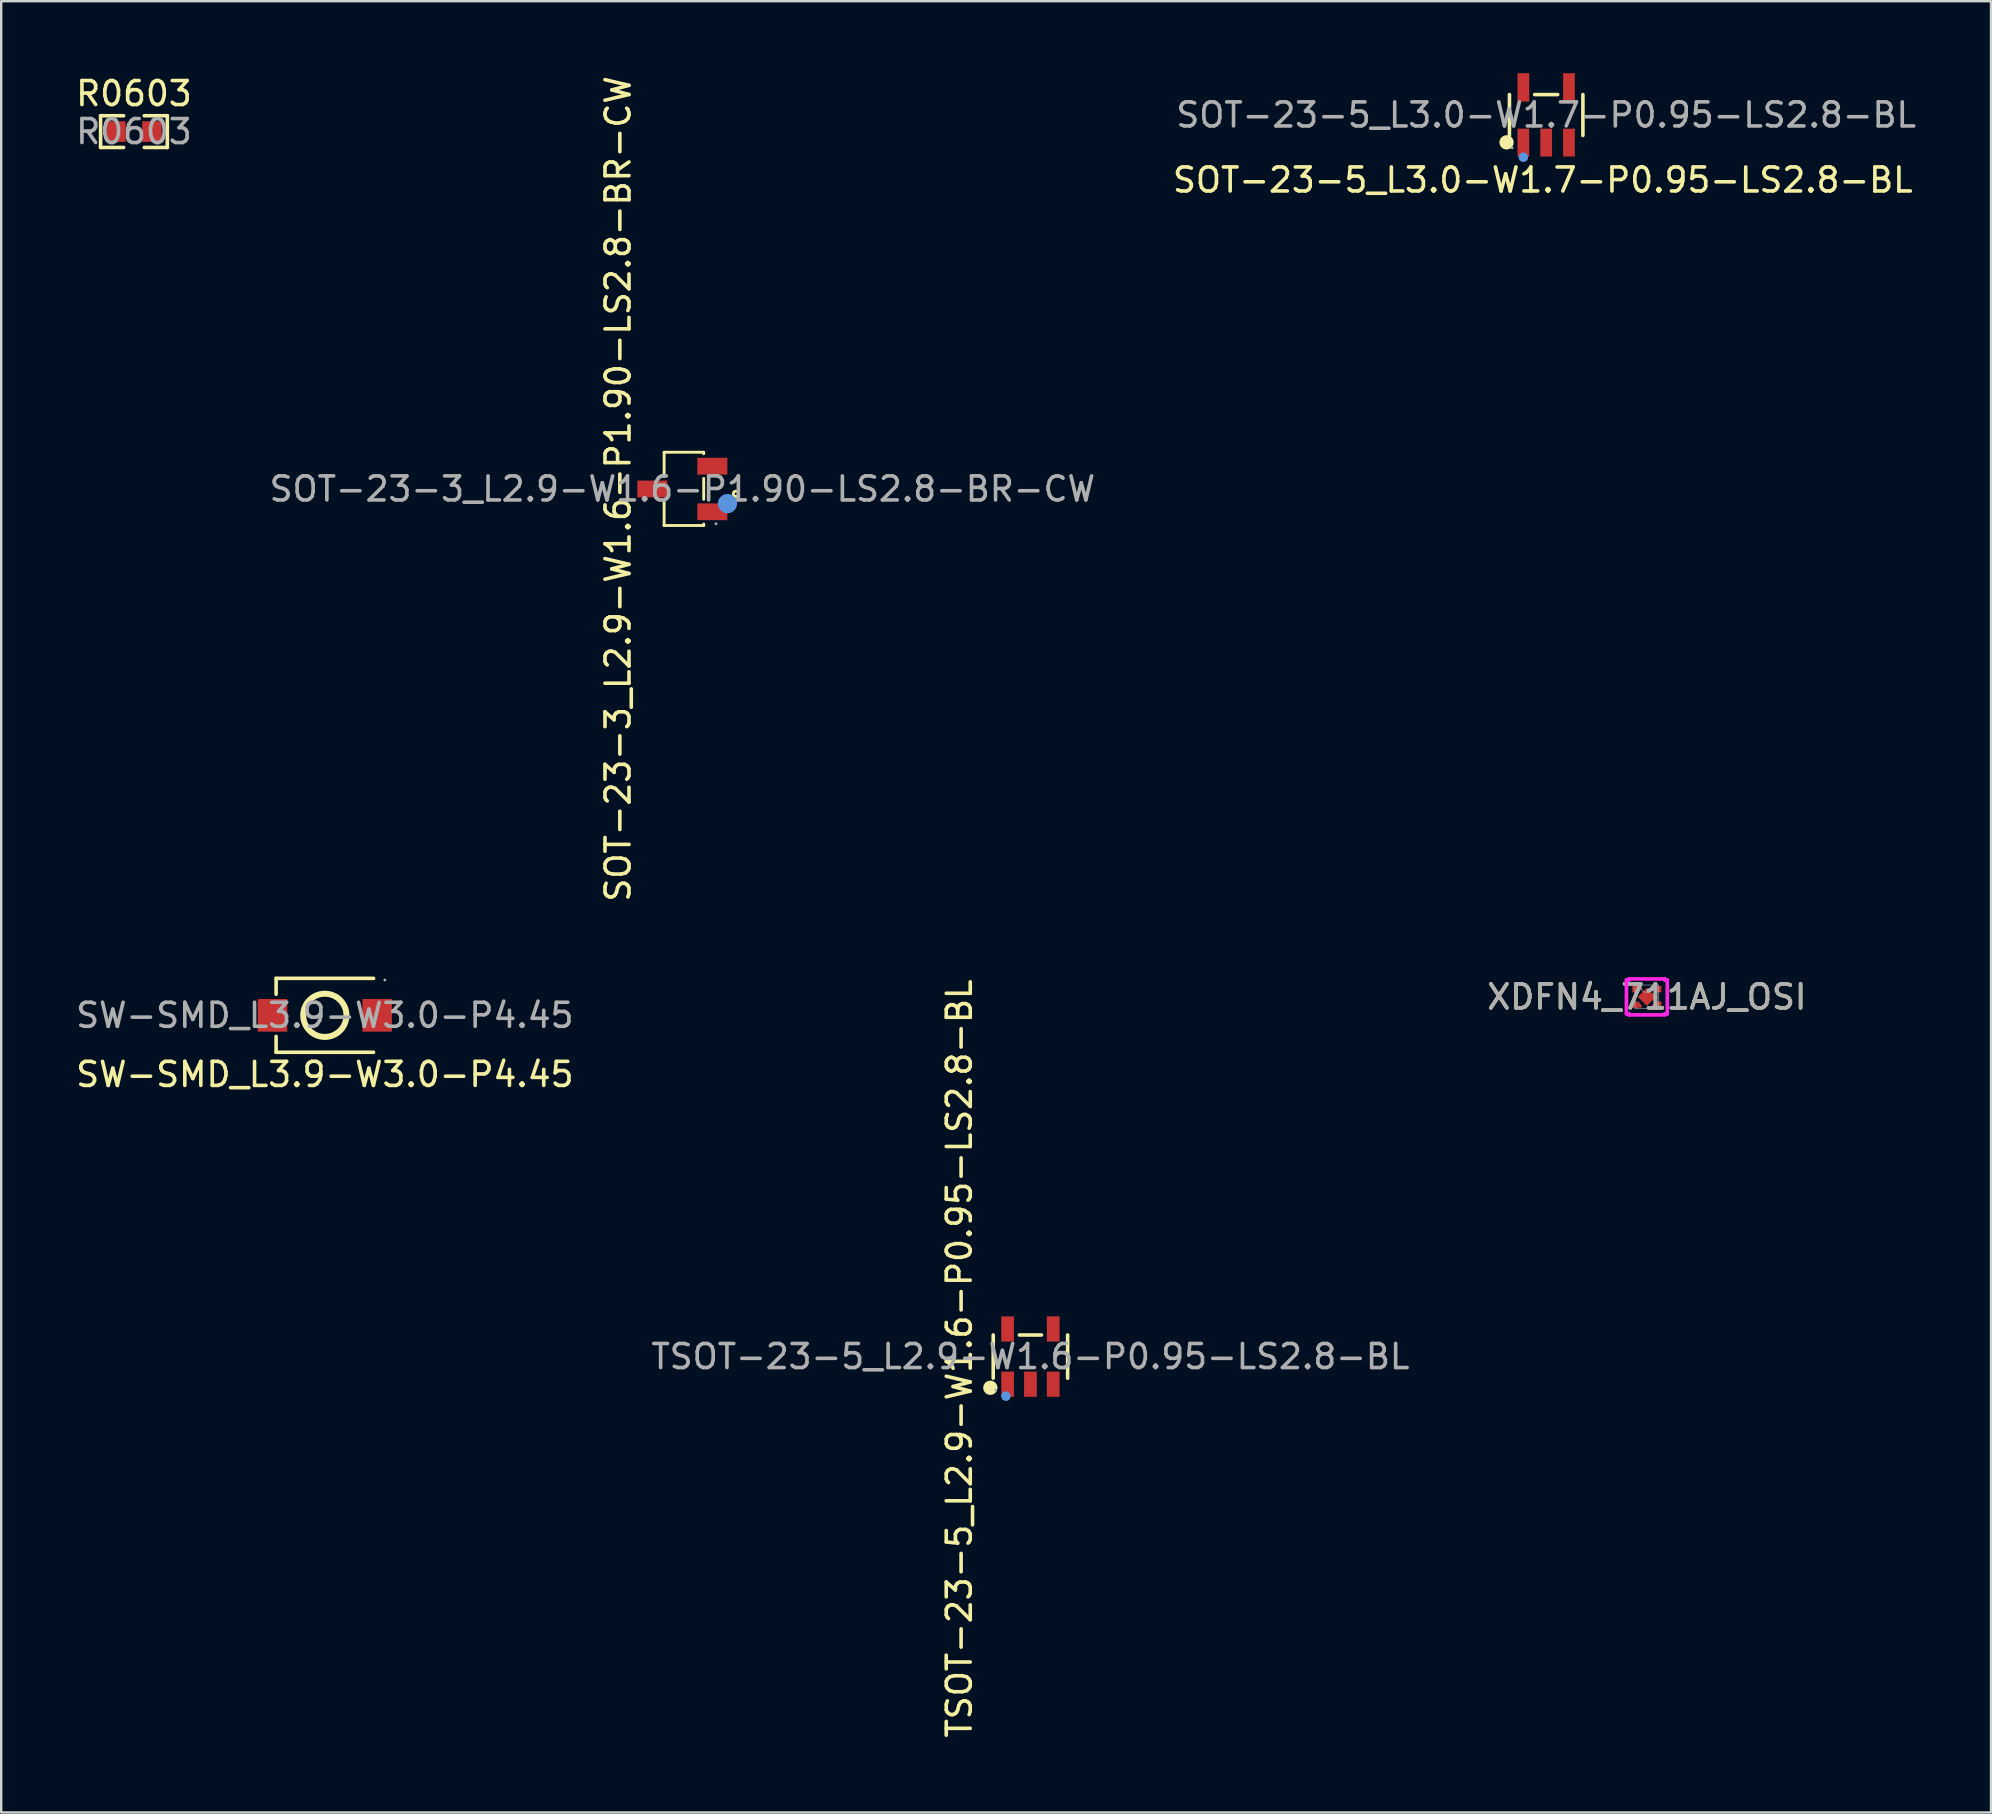
<source format=kicad_pcb>
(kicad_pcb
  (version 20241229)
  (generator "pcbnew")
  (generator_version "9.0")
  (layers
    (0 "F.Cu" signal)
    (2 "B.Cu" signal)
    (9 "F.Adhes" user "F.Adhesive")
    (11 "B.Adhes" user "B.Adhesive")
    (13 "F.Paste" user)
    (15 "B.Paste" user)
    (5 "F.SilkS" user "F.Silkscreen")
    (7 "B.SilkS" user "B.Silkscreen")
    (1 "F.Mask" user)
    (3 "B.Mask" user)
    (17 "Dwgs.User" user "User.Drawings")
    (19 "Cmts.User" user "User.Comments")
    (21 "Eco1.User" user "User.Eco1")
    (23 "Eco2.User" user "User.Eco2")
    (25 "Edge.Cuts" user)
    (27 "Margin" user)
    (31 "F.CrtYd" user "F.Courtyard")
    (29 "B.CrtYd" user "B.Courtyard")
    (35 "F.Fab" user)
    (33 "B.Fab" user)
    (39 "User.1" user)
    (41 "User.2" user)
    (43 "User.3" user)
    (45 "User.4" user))
  (footprint "SW-SMD_L3.9-W3.0-P4.45"
    (layer "F.Cu")
    (at 10.482 39.246)
    (property "Reference" "SW-SMD_L3.9-W3.0-P4.45" (at 0 2.463 180) (layer "F.SilkS") (effects (font (size 1 1) (thickness 0.15))))
    (attr smd)
    (fp_line (start -2.03 -1.54) (end -2.03 -0.88) (stroke (width 0.15) (type solid)) (layer "F.SilkS"))
    (fp_line (start -2.03 1.54) (end -2.03 0.88) (stroke (width 0.15) (type solid)) (layer "F.SilkS"))
    (fp_line (start 2.03 -1.54) (end -2.03 -1.54) (stroke (width 0.15) (type solid)) (layer "F.SilkS"))
    (fp_line (start 2.03 1.54) (end -2.03 1.54) (stroke (width 0.15) (type solid)) (layer "F.SilkS"))
    (fp_circle (center 0 0) (end 0.9 0) (stroke (width 0.25) (type solid)) (fill no) (layer "F.SilkS"))
    (fp_circle (center 2.5 -1.47) (end 2.53 -1.47) (stroke (width 0.06) (type solid)) (fill no) (layer "F.Fab"))
    (fp_text user "${REFERENCE}" (at 0 0 180) (layer "F.Fab") (effects (font (size 1 1) (thickness 0.15))))
    (pad "1" smd rect (at -2.18 0) (size 1.23 1.36) (layers "F.Cu" "F.Mask" "F.Paste"))
    (pad "2" smd rect (at 2.18 0) (size 1.23 1.36) (layers "F.Cu" "F.Mask" "F.Paste")))
  (footprint "R0603"
    (layer "F.Cu")
    (at 2.53 2.432)
    (property "Reference" "R0603" (at 0 -1.583 0) (layer "F.SilkS") (effects (font (size 1 1) (thickness 0.15))))
    (attr smd)
    (fp_line (start -1.39 -0.66) (end -0.43 -0.66) (stroke (width 0.15) (type solid)) (layer "F.SilkS"))
    (fp_line (start -1.39 0.66) (end -1.39 -0.66) (stroke (width 0.15) (type solid)) (layer "F.SilkS"))
    (fp_line (start -0.43 0.66) (end -1.39 0.66) (stroke (width 0.15) (type solid)) (layer "F.SilkS"))
    (fp_line (start 0.43 0.66) (end 1.39 0.66) (stroke (width 0.15) (type solid)) (layer "F.SilkS"))
    (fp_line (start 1.39 -0.66) (end 0.43 -0.66) (stroke (width 0.15) (type solid)) (layer "F.SilkS"))
    (fp_line (start 1.39 0.66) (end 1.39 -0.66) (stroke (width 0.15) (type solid)) (layer "F.SilkS"))
    (fp_circle (center -0.8 0.4) (end -0.77 0.4) (stroke (width 0.06) (type solid)) (fill no) (layer "F.Fab"))
    (fp_text user "${REFERENCE}" (at 0 0 0) (layer "F.Fab") (effects (font (size 1 1) (thickness 0.15))))
    (pad "1" smd rect (at -0.75 0) (size 0.81 0.86) (layers "F.Cu" "F.Mask" "F.Paste"))
    (pad "2" smd rect (at 0.75 0) (size 0.81 0.86) (layers "F.Cu" "F.Mask" "F.Paste")))
  (footprint "SOT-23-3_L2.9-W1.6-P1.90-LS2.8-BR-CW"
    (layer "F.Cu")
    (at 25.375 17.32)
    (property "Reference" "SOT-23-3_L2.9-W1.6-P1.90-LS2.8-BR-CW" (at -2.678 -0.005 90) (layer "F.SilkS") (effects (font (size 1 1) (thickness 0.15))))
    (attr smd)
    (fp_line (start -0.76 -1.53) (end 0.89 -1.53) (stroke (width 0.12) (type solid)) (layer "F.SilkS"))
    (fp_line (start -0.76 -0.52) (end -0.76 -1.53) (stroke (width 0.12) (type solid)) (layer "F.SilkS"))
    (fp_line (start -0.76 1.52) (end -0.76 0.51) (stroke (width 0.12) (type solid)) (layer "F.SilkS"))
    (fp_line (start 0.89 -1.53) (end 0.89 -1.47) (stroke (width 0.12) (type solid)) (layer "F.SilkS"))
    (fp_line (start 0.89 -0.44) (end 0.89 0.43) (stroke (width 0.12) (type solid)) (layer "F.SilkS"))
    (fp_line (start 0.89 1.46) (end 0.89 1.52) (stroke (width 0.12) (type solid)) (layer "F.SilkS"))
    (fp_line (start 0.89 1.52) (end -0.76 1.52) (stroke (width 0.12) (type solid)) (layer "F.SilkS"))
    (fp_circle (center 2.23 0.2) (end 2.28 0.2) (stroke (width 0.12) (type solid)) (fill no) (layer "F.SilkS"))
    (fp_circle (center 1.88 0.61) (end 2.08 0.61) (stroke (width 0.4) (type solid)) (fill no) (layer "Cmts.User"))
    (fp_circle (center 1.4 1.45) (end 1.43 1.45) (stroke (width 0.06) (type solid)) (fill no) (layer "F.Fab"))
    (fp_text user "${REFERENCE}" (at 0 0 180) (layer "F.Fab") (effects (font (size 1 1) (thickness 0.15))))
    (pad "1" smd rect (at 1.25 0.95 270) (size 0.7 1.25) (layers "F.Cu" "F.Mask" "F.Paste"))
    (pad "2" smd rect (at -1.25 0 270) (size 0.7 1.25) (layers "F.Cu" "F.Mask" "F.Paste"))
    (pad "3" smd rect (at 1.25 -0.95 270) (size 0.7 1.25) (layers "F.Cu" "F.Mask" "F.Paste")))
  (footprint "SOT-23-5_L3.0-W1.7-P0.95-LS2.8-BL"
    (layer "F.Cu")
    (at 61.36 1.74)
    (property "Reference" "SOT-23-5_L3.0-W1.7-P0.95-LS2.8-BL" (at -0.14 2.71 0) (layer "F.SilkS") (effects (font (size 1 1) (thickness 0.15))))
    (attr smd)
    (fp_line (start -1.53 0.85) (end -1.53 -0.85) (stroke (width 0.15) (type solid)) (layer "F.SilkS"))
    (fp_line (start 0.48 -0.85) (end -0.48 -0.85) (stroke (width 0.15) (type solid)) (layer "F.SilkS"))
    (fp_line (start 1.53 0.85) (end 1.53 -0.85) (stroke (width 0.15) (type solid)) (layer "F.SilkS"))
    (fp_circle (center -1.65 1.14) (end -1.5 1.14) (stroke (width 0.3) (type solid)) (fill no) (layer "F.SilkS"))
    (fp_circle (center -0.95 1.76) (end -0.85 1.76) (stroke (width 0.2) (type solid)) (fill no) (layer "Cmts.User"))
    (fp_circle (center -1.42 1.37) (end -1.39 1.37) (stroke (width 0.06) (type solid)) (fill no) (layer "F.Fab"))
    (fp_text user "${REFERENCE}" (at 0 0 0) (layer "F.Fab") (effects (font (size 1 1) (thickness 0.15))))
    (pad "1" smd rect (at -0.95 1.15) (size 0.49 1.16) (layers "F.Cu" "F.Mask" "F.Paste"))
    (pad "2" smd rect (at 0 1.15) (size 0.49 1.16) (layers "F.Cu" "F.Mask" "F.Paste"))
    (pad "3" smd rect (at 0.95 1.15) (size 0.49 1.16) (layers "F.Cu" "F.Mask" "F.Paste"))
    (pad "4" smd rect (at 0.95 -1.15) (size 0.49 1.18) (layers "F.Cu" "F.Mask" "F.Paste"))
    (pad "5" smd rect (at -0.95 -1.15) (size 0.49 1.18) (layers "F.Cu" "F.Mask" "F.Paste")))
  (footprint "TSOT-23-5_L2.9-W1.6-P0.95-LS2.8-BL"
    (layer "F.Cu")
    (at 39.875 53.462)
    (property "Reference" "TSOT-23-5_L2.9-W1.6-P0.95-LS2.8-BL" (at -2.962 0.08 90) (layer "F.SilkS") (effects (font (size 1 1) (thickness 0.15))))
    (attr smd)
    (fp_line (start -1.55 0.9) (end -1.55 -0.9) (stroke (width 0.15) (type solid)) (layer "F.SilkS"))
    (fp_line (start 0.46 -0.9) (end -0.46 -0.9) (stroke (width 0.15) (type solid)) (layer "F.SilkS"))
    (fp_line (start 1.55 0.9) (end 1.55 -0.9) (stroke (width 0.15) (type solid)) (layer "F.SilkS"))
    (fp_circle (center -1.67 1.3) (end -1.52 1.3) (stroke (width 0.3) (type solid)) (fill no) (layer "F.SilkS"))
    (fp_circle (center -1.02 1.65) (end -0.92 1.65) (stroke (width 0.2) (type solid)) (fill no) (layer "Cmts.User"))
    (fp_circle (center -1.45 1.4) (end -1.42 1.4) (stroke (width 0.06) (type solid)) (fill no) (layer "F.Fab"))
    (fp_text user "${REFERENCE}" (at 0 0 180) (layer "F.Fab") (effects (font (size 1 1) (thickness 0.15))))
    (pad "1" smd rect (at -0.95 1.15) (size 0.53 1.05) (layers "F.Cu" "F.Mask" "F.Paste"))
    (pad "2" smd rect (at 0 1.15) (size 0.53 1.05) (layers "F.Cu" "F.Mask" "F.Paste"))
    (pad "3" smd rect (at 0.95 1.15) (size 0.53 1.05) (layers "F.Cu" "F.Mask" "F.Paste"))
    (pad "4" smd rect (at 0.95 -1.15) (size 0.53 1.05) (layers "F.Cu" "F.Mask" "F.Paste"))
    (pad "5" smd rect (at -0.95 -1.15) (size 0.53 1.05) (layers "F.Cu" "F.Mask" "F.Paste")))
  (footprint "XDFN4_711AJ_OSI"
    (layer "F.Cu")
    (at 65.554 38.479)
    (property "Reference" "XDFN4_711AJ_OSI" (at 0 0 0) (unlocked yes) (layer "F.SilkS") (effects (font (size 1 1) (thickness 0.15))))
    (attr smd)
    (fp_poly (pts (xy -0.597 -0.451) (xy -0.216 -0.451) (xy -0.216 -0.349) (xy -0.349 -0.197) (xy -0.597 -0.197)) (stroke (width 0) (type solid)) (fill yes) (layer "F.Cu"))
    (fp_poly (pts (xy -0.597 0.451) (xy -0.216 0.451) (xy -0.216 0.349) (xy -0.349 0.197) (xy -0.597 0.197)) (stroke (width 0) (type solid)) (fill yes) (layer "F.Cu"))
    (fp_poly (pts (xy 0.597 -0.451) (xy 0.216 -0.451) (xy 0.216 -0.349) (xy 0.349 -0.197) (xy 0.597 -0.197)) (stroke (width 0) (type solid)) (fill yes) (layer "F.Cu"))
    (fp_poly (pts (xy 0.597 0.451) (xy 0.216 0.451) (xy 0.216 0.349) (xy 0.349 0.197) (xy 0.597 0.197)) (stroke (width 0) (type solid)) (fill yes) (layer "F.Cu"))
    (fp_poly (pts (xy -0.597 -0.451) (xy -0.216 -0.451) (xy -0.216 -0.349) (xy -0.349 -0.197) (xy -0.597 -0.197)) (stroke (width 0) (type solid)) (fill yes) (layer "F.Mask"))
    (fp_poly (pts (xy -0.597 0.451) (xy -0.216 0.451) (xy -0.216 0.349) (xy -0.349 0.197) (xy -0.597 0.197)) (stroke (width 0) (type solid)) (fill yes) (layer "F.Mask"))
    (fp_poly (pts (xy 0.597 -0.451) (xy 0.216 -0.451) (xy 0.216 -0.349) (xy 0.349 -0.197) (xy 0.597 -0.197)) (stroke (width 0) (type solid)) (fill yes) (layer "F.Mask"))
    (fp_poly (pts (xy 0.597 0.451) (xy 0.216 0.451) (xy 0.216 0.349) (xy 0.349 0.197) (xy 0.597 0.197)) (stroke (width 0) (type solid)) (fill yes) (layer "F.Mask"))
    (fp_poly (pts (xy -0.597 -0.451) (xy -0.216 -0.451) (xy -0.216 -0.349) (xy -0.349 -0.197) (xy -0.597 -0.197)) (stroke (width 0) (type solid)) (fill yes) (layer "F.Paste"))
    (fp_poly (pts (xy -0.597 0.451) (xy -0.216 0.451) (xy -0.216 0.349) (xy -0.349 0.197) (xy -0.597 0.197)) (stroke (width 0) (type solid)) (fill yes) (layer "F.Paste"))
    (fp_poly (pts (xy 0.597 -0.451) (xy 0.216 -0.451) (xy 0.216 -0.349) (xy 0.349 -0.197) (xy 0.597 -0.197)) (stroke (width 0) (type solid)) (fill yes) (layer "F.Paste"))
    (fp_poly (pts (xy 0.597 0.451) (xy 0.216 0.451) (xy 0.216 0.349) (xy 0.349 0.197) (xy 0.597 0.197)) (stroke (width 0) (type solid)) (fill yes) (layer "F.Paste"))
    (fp_line (start -0.851 -0.705) (end -0.749 -0.705) (stroke (width 0.152) (type solid)) (layer "F.CrtYd"))
    (fp_line (start -0.851 0.705) (end -0.851 -0.705) (stroke (width 0.152) (type solid)) (layer "F.CrtYd"))
    (fp_line (start -0.851 0.705) (end -0.749 0.705) (stroke (width 0.152) (type solid)) (layer "F.CrtYd"))
    (fp_line (start -0.749 -0.749) (end 0.749 -0.749) (stroke (width 0.152) (type solid)) (layer "F.CrtYd"))
    (fp_line (start -0.749 -0.705) (end -0.749 -0.749) (stroke (width 0.152) (type solid)) (layer "F.CrtYd"))
    (fp_line (start -0.749 0.749) (end -0.749 0.705) (stroke (width 0.152) (type solid)) (layer "F.CrtYd"))
    (fp_line (start 0.749 -0.749) (end 0.749 -0.705) (stroke (width 0.152) (type solid)) (layer "F.CrtYd"))
    (fp_line (start 0.749 0.705) (end 0.749 0.749) (stroke (width 0.152) (type solid)) (layer "F.CrtYd"))
    (fp_line (start 0.749 0.749) (end -0.749 0.749) (stroke (width 0.152) (type solid)) (layer "F.CrtYd"))
    (fp_line (start 0.851 -0.705) (end 0.749 -0.705) (stroke (width 0.152) (type solid)) (layer "F.CrtYd"))
    (fp_line (start 0.851 -0.705) (end 0.851 0.705) (stroke (width 0.152) (type solid)) (layer "F.CrtYd"))
    (fp_line (start 0.851 0.705) (end 0.749 0.705) (stroke (width 0.152) (type solid)) (layer "F.CrtYd"))
    (fp_line (start -0.495 -0.495) (end -0.495 0.495) (stroke (width 0.025) (type solid)) (layer "F.Fab"))
    (fp_line (start -0.495 0.495) (end 0.495 0.495) (stroke (width 0.025) (type solid)) (layer "F.Fab"))
    (fp_line (start 0.495 -0.495) (end -0.495 -0.495) (stroke (width 0.025) (type solid)) (layer "F.Fab"))
    (fp_line (start 0.495 0.495) (end 0.495 -0.495) (stroke (width 0.025) (type solid)) (layer "F.Fab"))
    (fp_arc (start 0.3048 -0.4953) (mid 0 -0.1905) (end -0.3048 -0.4953) (stroke (width 0.0254) (type solid)) (layer "F.Fab"))
    (fp_circle (center -0.216 -0.324) (end -0.216 -0.324) (stroke (width 0.025) (type solid)) (fill no) (layer "F.Fab"))
    (fp_text user "${REFERENCE}" (at 0 0 0) (unlocked yes) (layer "F.Fab") (effects (font (size 1 1) (thickness 0.15))))
    (pad "1" smd rect (at -0.483 -0.324) (size 0.229 0.254) (layers "F.Cu" "F.Mask" "F.Paste"))
    (pad "2" smd rect (at -0.483 0.324) (size 0.229 0.254) (layers "F.Cu" "F.Mask" "F.Paste"))
    (pad "3" smd rect (at 0.483 0.324) (size 0.229 0.254) (layers "F.Cu" "F.Mask" "F.Paste"))
    (pad "4" smd rect (at 0.483 -0.324) (size 0.229 0.254) (layers "F.Cu" "F.Mask" "F.Paste"))
    (pad "5" smd rect (at 0 0 45) (size 0.533 0.533) (layers "F.Cu" "F.Mask")))
  (gr_rect
    (start -3 -3)
    (end 79.89 72.452)
    (stroke (width 0.1) (type default))
    (fill no)
    (layer "Edge.Cuts")))
</source>
